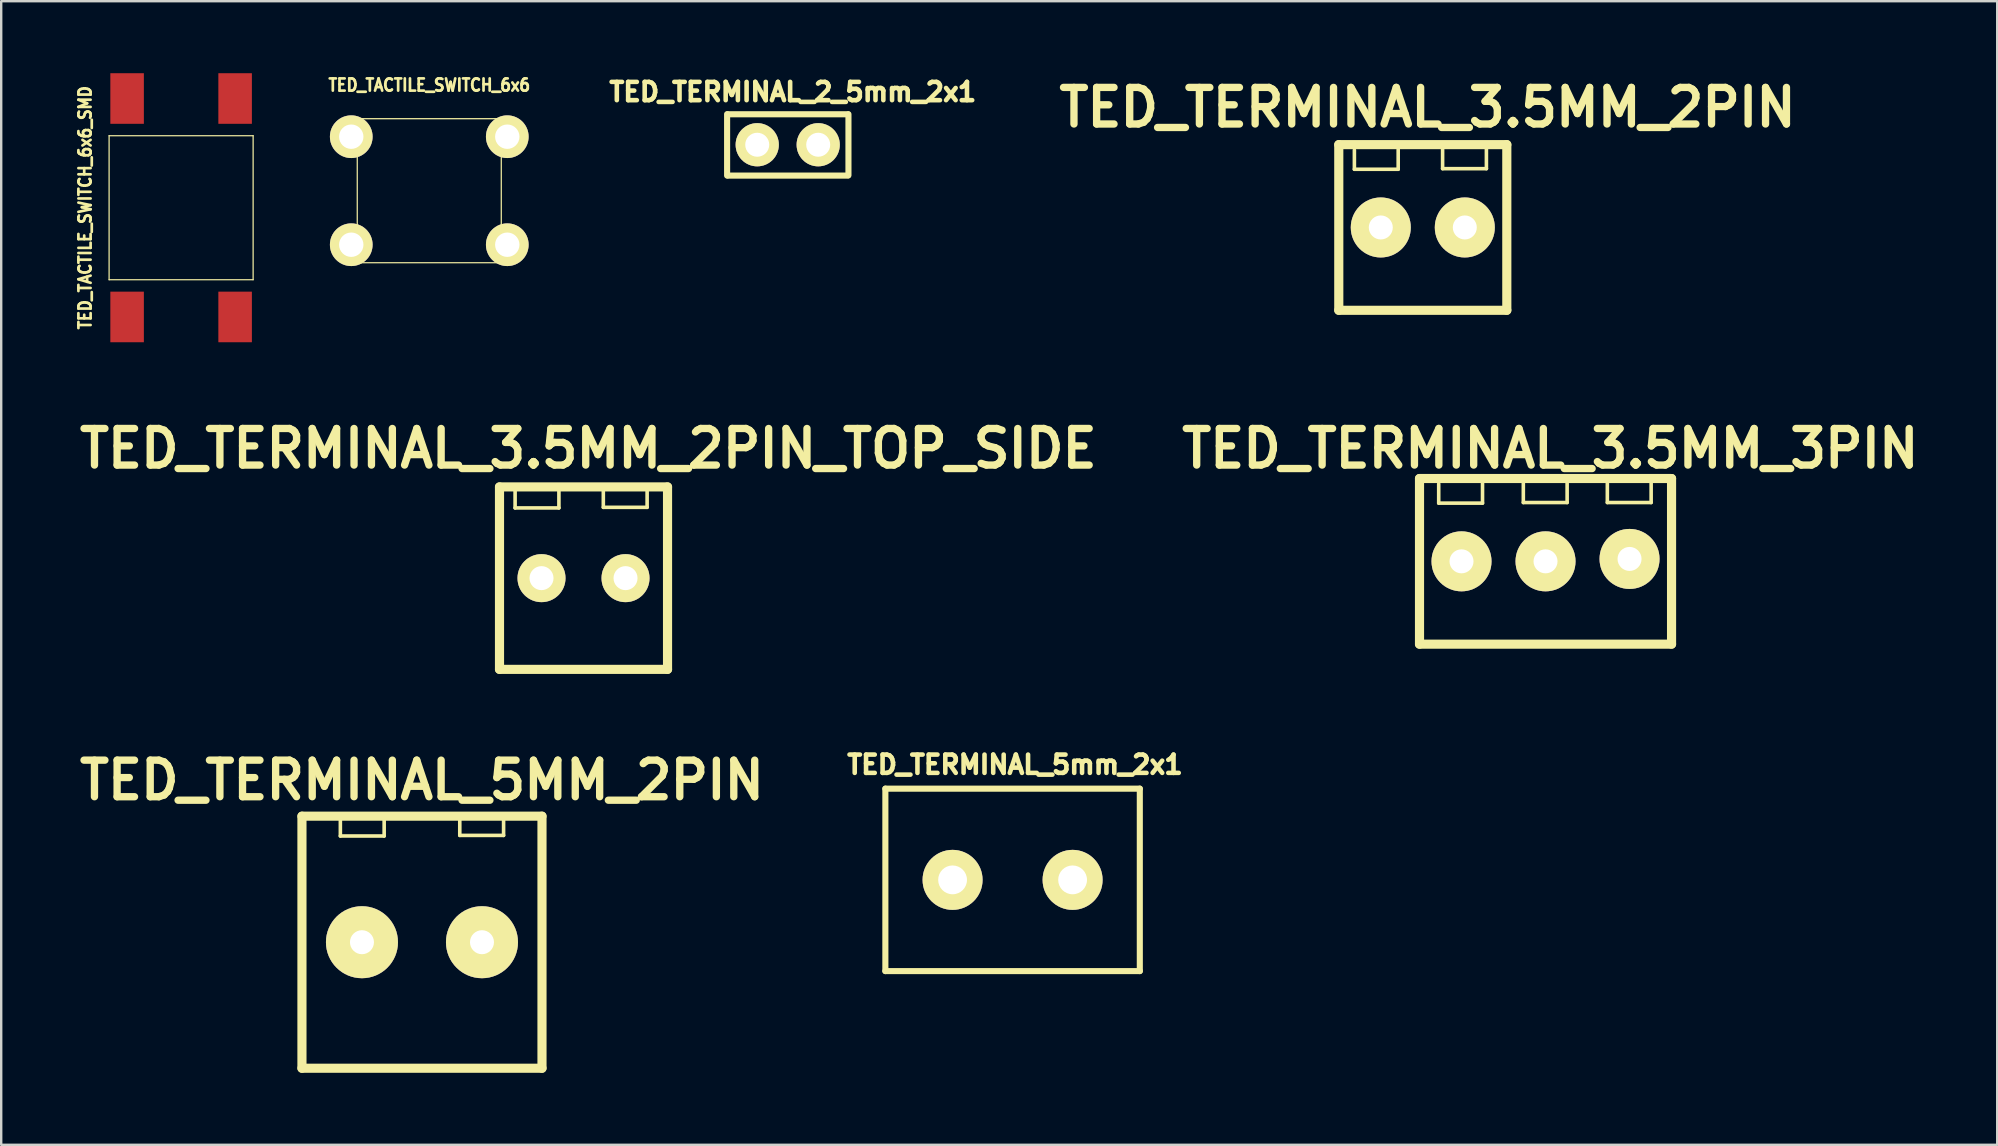
<source format=kicad_pcb>
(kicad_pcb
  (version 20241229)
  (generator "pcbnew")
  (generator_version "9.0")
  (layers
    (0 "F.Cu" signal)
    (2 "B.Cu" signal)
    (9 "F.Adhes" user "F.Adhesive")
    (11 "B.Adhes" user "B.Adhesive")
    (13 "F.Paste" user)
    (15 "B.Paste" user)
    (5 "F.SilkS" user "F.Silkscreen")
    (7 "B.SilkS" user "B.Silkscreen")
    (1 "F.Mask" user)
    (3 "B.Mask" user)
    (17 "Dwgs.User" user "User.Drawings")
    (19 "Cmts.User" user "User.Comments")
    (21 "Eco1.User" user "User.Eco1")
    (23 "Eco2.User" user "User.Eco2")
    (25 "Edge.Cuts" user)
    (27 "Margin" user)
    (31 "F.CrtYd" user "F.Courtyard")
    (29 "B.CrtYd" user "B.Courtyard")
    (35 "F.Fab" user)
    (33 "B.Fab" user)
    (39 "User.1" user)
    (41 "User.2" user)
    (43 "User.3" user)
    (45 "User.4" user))
  (footprint "TED_TERMINAL_3.5MM_2PIN"
    (layer "F.Cu")
    (at 56.223 6.426)
    (property "Reference" "TED_TERMINAL_3.5MM_2PIN" (at 0.2 -5 0) (layer "F.SilkS") (effects (font (size 1.524 1.524) (thickness 0.305))))
    (attr through_hole)
    (fp_line (start -3.5 -3.45) (end -3.5 3.45) (stroke (width 0.381) (type solid)) (layer "F.SilkS"))
    (fp_line (start -3.5 3.45) (end 3.5 3.45) (stroke (width 0.381) (type solid)) (layer "F.SilkS"))
    (fp_line (start -2.85 -3.225) (end -2.85 -2.425) (stroke (width 0.15) (type solid)) (layer "F.SilkS"))
    (fp_line (start -2.85 -2.425) (end -1.025 -2.425) (stroke (width 0.15) (type solid)) (layer "F.SilkS"))
    (fp_line (start -1.025 -2.425) (end -1.025 -3.25) (stroke (width 0.15) (type solid)) (layer "F.SilkS"))
    (fp_line (start 0.825 -3.25) (end 0.825 -2.45) (stroke (width 0.15) (type solid)) (layer "F.SilkS"))
    (fp_line (start 0.825 -2.45) (end 2.65 -2.45) (stroke (width 0.15) (type solid)) (layer "F.SilkS"))
    (fp_line (start 2.65 -2.45) (end 2.65 -3.275) (stroke (width 0.15) (type solid)) (layer "F.SilkS"))
    (fp_line (start 3.5 -3.45) (end -3.5 -3.45) (stroke (width 0.381) (type solid)) (layer "F.SilkS"))
    (fp_line (start 3.5 3.45) (end 3.5 -3.45) (stroke (width 0.381) (type solid)) (layer "F.SilkS"))
    (pad "1" thru_hole circle (at -1.75 0) (size 2.5 2.5) (drill 1) (layers "*.Cu" "*.Mask" "F.SilkS"))
    (pad "2" thru_hole circle (at 1.75 0) (size 2.5 2.5) (drill 1) (layers "*.Cu" "*.Mask" "F.SilkS")))
  (footprint "TED_TACTILE_SWITCH_6x6_SMD"
    (layer "F.Cu")
    (at 4.495 5.604)
    (property "Reference" "TED_TACTILE_SWITCH_6x6_SMD" (at -4 0 90) (layer "F.SilkS") (effects (font (size 0.508 0.45) (thickness 0.113))))
    (attr through_hole)
    (fp_line (start -3 -3) (end -3 3) (stroke (width 0.051) (type solid)) (layer "F.SilkS"))
    (fp_line (start -3 -3) (end 3 -3) (stroke (width 0.051) (type solid)) (layer "F.SilkS"))
    (fp_line (start 3 -3) (end 3 3) (stroke (width 0.051) (type solid)) (layer "F.SilkS"))
    (fp_line (start 3 3) (end -3 3) (stroke (width 0.051) (type solid)) (layer "F.SilkS"))
    (pad "1" smd rect (at 2.25 -4.55) (size 1.397 2.108) (layers "F.Cu" "F.Mask" "F.Paste"))
    (pad "2" smd rect (at 2.25 4.55) (size 1.397 2.108) (layers "F.Cu" "F.Mask" "F.Paste"))
    (pad "3" smd rect (at -2.25 -4.55) (size 1.397 2.108) (layers "F.Cu" "F.Mask" "F.Paste"))
    (pad "4" smd rect (at -2.25 4.55) (size 1.397 2.108) (layers "F.Cu" "F.Mask" "F.Paste")))
  (footprint "TED_TERMINAL_3.5MM_3PIN"
    (layer "F.Cu")
    (at 61.336 20.335)
    (property "Reference" "TED_TERMINAL_3.5MM_3PIN" (at 0.2 -4.7 0) (layer "F.SilkS") (effects (font (size 1.524 1.524) (thickness 0.305))))
    (attr through_hole)
    (fp_line (start -5.25 -3.45) (end -5.25 3.45) (stroke (width 0.381) (type solid)) (layer "F.SilkS"))
    (fp_line (start -5.25 3.45) (end 5.25 3.45) (stroke (width 0.381) (type solid)) (layer "F.SilkS"))
    (fp_line (start -4.45 -3.225) (end -4.45 -2.425) (stroke (width 0.15) (type solid)) (layer "F.SilkS"))
    (fp_line (start -4.45 -2.425) (end -2.625 -2.425) (stroke (width 0.15) (type solid)) (layer "F.SilkS"))
    (fp_line (start -2.625 -2.425) (end -2.625 -3.25) (stroke (width 0.15) (type solid)) (layer "F.SilkS"))
    (fp_line (start -0.925 -3.25) (end -0.925 -2.45) (stroke (width 0.15) (type solid)) (layer "F.SilkS"))
    (fp_line (start -0.925 -2.45) (end 0.9 -2.45) (stroke (width 0.15) (type solid)) (layer "F.SilkS"))
    (fp_line (start 0.9 -2.45) (end 0.9 -3.275) (stroke (width 0.15) (type solid)) (layer "F.SilkS"))
    (fp_line (start 2.575 -3.25) (end 2.575 -2.45) (stroke (width 0.15) (type solid)) (layer "F.SilkS"))
    (fp_line (start 2.575 -2.45) (end 4.4 -2.45) (stroke (width 0.15) (type solid)) (layer "F.SilkS"))
    (fp_line (start 4.4 -2.45) (end 4.4 -3.275) (stroke (width 0.15) (type solid)) (layer "F.SilkS"))
    (fp_line (start 5.25 -3.45) (end -5.25 -3.45) (stroke (width 0.381) (type solid)) (layer "F.SilkS"))
    (fp_line (start 5.25 3.45) (end 5.25 -3.45) (stroke (width 0.381) (type solid)) (layer "F.SilkS"))
    (pad "1" thru_hole circle (at -3.5 0) (size 2.5 2.5) (drill 1) (layers "*.Cu" "*.Mask" "F.SilkS"))
    (pad "2" thru_hole circle (at 0 0) (size 2.5 2.5) (drill 1) (layers "*.Cu" "*.Mask" "F.SilkS"))
    (pad "3" thru_hole circle (at 3.5 -0.1) (size 2.5 2.5) (drill 1) (layers "*.Cu" "*.Mask" "F.SilkS")))
  (footprint "TED_TERMINAL_3.5MM_2PIN_TOP_SIDE"
    (layer "F.Cu")
    (at 21.259 21.035)
    (property "Reference" "TED_TERMINAL_3.5MM_2PIN_TOP_SIDE" (at 0.201 -5.4 0) (layer "F.SilkS") (effects (font (size 1.524 1.524) (thickness 0.305))))
    (attr through_hole)
    (fp_line (start -3.5 -3.8) (end -3.5 3.8) (stroke (width 0.381) (type solid)) (layer "F.SilkS"))
    (fp_line (start -3.5 3.8) (end 3.5 3.8) (stroke (width 0.381) (type solid)) (layer "F.SilkS"))
    (fp_line (start -2.85 -3.725) (end -2.85 -2.925) (stroke (width 0.15) (type solid)) (layer "F.SilkS"))
    (fp_line (start -2.85 -2.925) (end -1.025 -2.925) (stroke (width 0.15) (type solid)) (layer "F.SilkS"))
    (fp_line (start -1.025 -2.925) (end -1.025 -3.75) (stroke (width 0.15) (type solid)) (layer "F.SilkS"))
    (fp_line (start 0.825 -3.75) (end 0.825 -2.95) (stroke (width 0.15) (type solid)) (layer "F.SilkS"))
    (fp_line (start 0.825 -2.95) (end 2.65 -2.95) (stroke (width 0.15) (type solid)) (layer "F.SilkS"))
    (fp_line (start 2.65 -2.95) (end 2.65 -3.775) (stroke (width 0.15) (type solid)) (layer "F.SilkS"))
    (fp_line (start 3.5 -3.8) (end -3.5 -3.8) (stroke (width 0.381) (type solid)) (layer "F.SilkS"))
    (fp_line (start 3.5 3.8) (end 3.5 -3.8) (stroke (width 0.381) (type solid)) (layer "F.SilkS"))
    (pad "1" thru_hole circle (at 1.75 0) (size 2 2) (drill 1) (layers "*.Mask" "F.Cu" "F.SilkS"))
    (pad "2" thru_hole circle (at -1.75 0) (size 2 2) (drill 1) (layers "*.Mask" "F.Cu" "F.SilkS")))
  (footprint "TED_TERMINAL_2_5mm_2x1"
    (layer "F.Cu")
    (at 29.776 2.98)
    (property "Reference" "TED_TERMINAL_2_5mm_2x1" (at 0.2 -2.2 0) (layer "F.SilkS") (effects (font (size 0.762 0.762) (thickness 0.191))))
    (attr through_hole)
    (fp_line (start -2.535 1.285) (end -2.535 -1.275) (stroke (width 0.254) (type solid)) (layer "F.SilkS"))
    (fp_line (start 2.5 -1.27) (end -2.5 -1.27) (stroke (width 0.254) (type solid)) (layer "F.SilkS"))
    (fp_line (start 2.5 1.285) (end -2.5 1.285) (stroke (width 0.254) (type solid)) (layer "F.SilkS"))
    (fp_line (start 2.52 -1.27) (end 2.52 1.27) (stroke (width 0.254) (type solid)) (layer "F.SilkS"))
    (pad "1" thru_hole circle (at -1.28 0) (size 1.8 1.8) (drill 1) (layers "*.Cu" "*.Mask" "F.SilkS"))
    (pad "2" thru_hole circle (at 1.26 0) (size 1.8 1.8) (drill 1) (layers "*.Cu" "*.Mask" "F.SilkS")))
  (footprint "TED_TERMINAL_5MM_2PIN"
    (layer "F.Cu")
    (at 14.529 36.202)
    (property "Reference" "TED_TERMINAL_5MM_2PIN" (at 0 -6.75 0) (layer "F.SilkS") (effects (font (size 1.524 1.524) (thickness 0.305))))
    (attr through_hole)
    (fp_line (start -5 -5.25) (end -5 5.25) (stroke (width 0.381) (type solid)) (layer "F.SilkS"))
    (fp_line (start -5 5.25) (end 5 5.25) (stroke (width 0.381) (type solid)) (layer "F.SilkS"))
    (fp_line (start -3.4 -5.225) (end -3.4 -4.425) (stroke (width 0.15) (type solid)) (layer "F.SilkS"))
    (fp_line (start -3.4 -4.425) (end -1.575 -4.425) (stroke (width 0.15) (type solid)) (layer "F.SilkS"))
    (fp_line (start -1.575 -4.425) (end -1.575 -5.25) (stroke (width 0.15) (type solid)) (layer "F.SilkS"))
    (fp_line (start 1.575 -5.25) (end 1.575 -4.45) (stroke (width 0.15) (type solid)) (layer "F.SilkS"))
    (fp_line (start 1.575 -4.45) (end 3.4 -4.45) (stroke (width 0.15) (type solid)) (layer "F.SilkS"))
    (fp_line (start 3.4 -4.45) (end 3.4 -5.275) (stroke (width 0.15) (type solid)) (layer "F.SilkS"))
    (fp_line (start 5 -5.25) (end -5 -5.25) (stroke (width 0.381) (type solid)) (layer "F.SilkS"))
    (fp_line (start 5 5.25) (end 5 -5.25) (stroke (width 0.381) (type solid)) (layer "F.SilkS"))
    (pad "1" thru_hole circle (at -2.5 0) (size 3 3) (drill 1) (layers "*.Mask" "B.Cu" "F.SilkS"))
    (pad "2" thru_hole circle (at 2.5 0) (size 3 3) (drill 1) (layers "*.Mask" "B.Cu" "F.SilkS")))
  (footprint "TED_TERMINAL_5mm_2x1"
    (layer "F.Cu")
    (at 39.134 33.605)
    (property "Reference" "TED_TERMINAL_5mm_2x1" (at 0.1 -4.8 0) (layer "F.SilkS") (effects (font (size 0.762 0.762) (thickness 0.191))))
    (attr through_hole)
    (fp_line (start -5.3 3.8) (end -5.3 -3.8) (stroke (width 0.254) (type solid)) (layer "F.SilkS"))
    (fp_line (start 5.3 -3.8) (end -5.3 -3.8) (stroke (width 0.254) (type solid)) (layer "F.SilkS"))
    (fp_line (start 5.3 -3.8) (end 5.3 3.8) (stroke (width 0.254) (type solid)) (layer "F.SilkS"))
    (fp_line (start 5.3 3.8) (end -5.3 3.8) (stroke (width 0.254) (type solid)) (layer "F.SilkS"))
    (pad "1" thru_hole circle (at -2.5 0) (size 2.5 2.5) (drill 1.2) (layers "*.Cu" "*.Mask" "F.SilkS"))
    (pad "2" thru_hole circle (at 2.5 0) (size 2.5 2.5) (drill 1.2) (layers "*.Cu" "*.Mask" "F.SilkS")))
  (footprint "TED_TACTILE_SWITCH_6x6"
    (layer "F.Cu")
    (at 14.833 4.895)
    (property "Reference" "TED_TACTILE_SWITCH_6x6" (at 0 -4.4 0) (layer "F.SilkS") (effects (font (size 0.508 0.45) (thickness 0.113))))
    (attr through_hole)
    (fp_line (start -3 -3) (end -3 3) (stroke (width 0.051) (type solid)) (layer "F.SilkS"))
    (fp_line (start -3 -3) (end 3 -3) (stroke (width 0.051) (type solid)) (layer "F.SilkS"))
    (fp_line (start 3 -3) (end 3 3) (stroke (width 0.051) (type solid)) (layer "F.SilkS"))
    (fp_line (start 3 3) (end -3 3) (stroke (width 0.051) (type solid)) (layer "F.SilkS"))
    (pad "1" thru_hole circle (at -3.25 -2.25) (size 1.778 1.778) (drill 1.016) (layers "*.Cu" "*.Mask" "F.SilkS"))
    (pad "2" thru_hole circle (at 3.25 -2.25) (size 1.778 1.778) (drill 1.016) (layers "*.Cu" "*.Mask" "F.SilkS"))
    (pad "3" thru_hole circle (at -3.25 2.25) (size 1.778 1.778) (drill 1.016) (layers "*.Cu" "*.Mask" "F.SilkS"))
    (pad "4" thru_hole circle (at 3.25 2.25) (size 1.778 1.778) (drill 1.016) (layers "*.Cu" "*.Mask" "F.SilkS")))
  (gr_rect
    (start -3 -3)
    (end 80.153 44.642)
    (stroke (width 0.1) (type default))
    (fill no)
    (layer "Edge.Cuts")))
</source>
